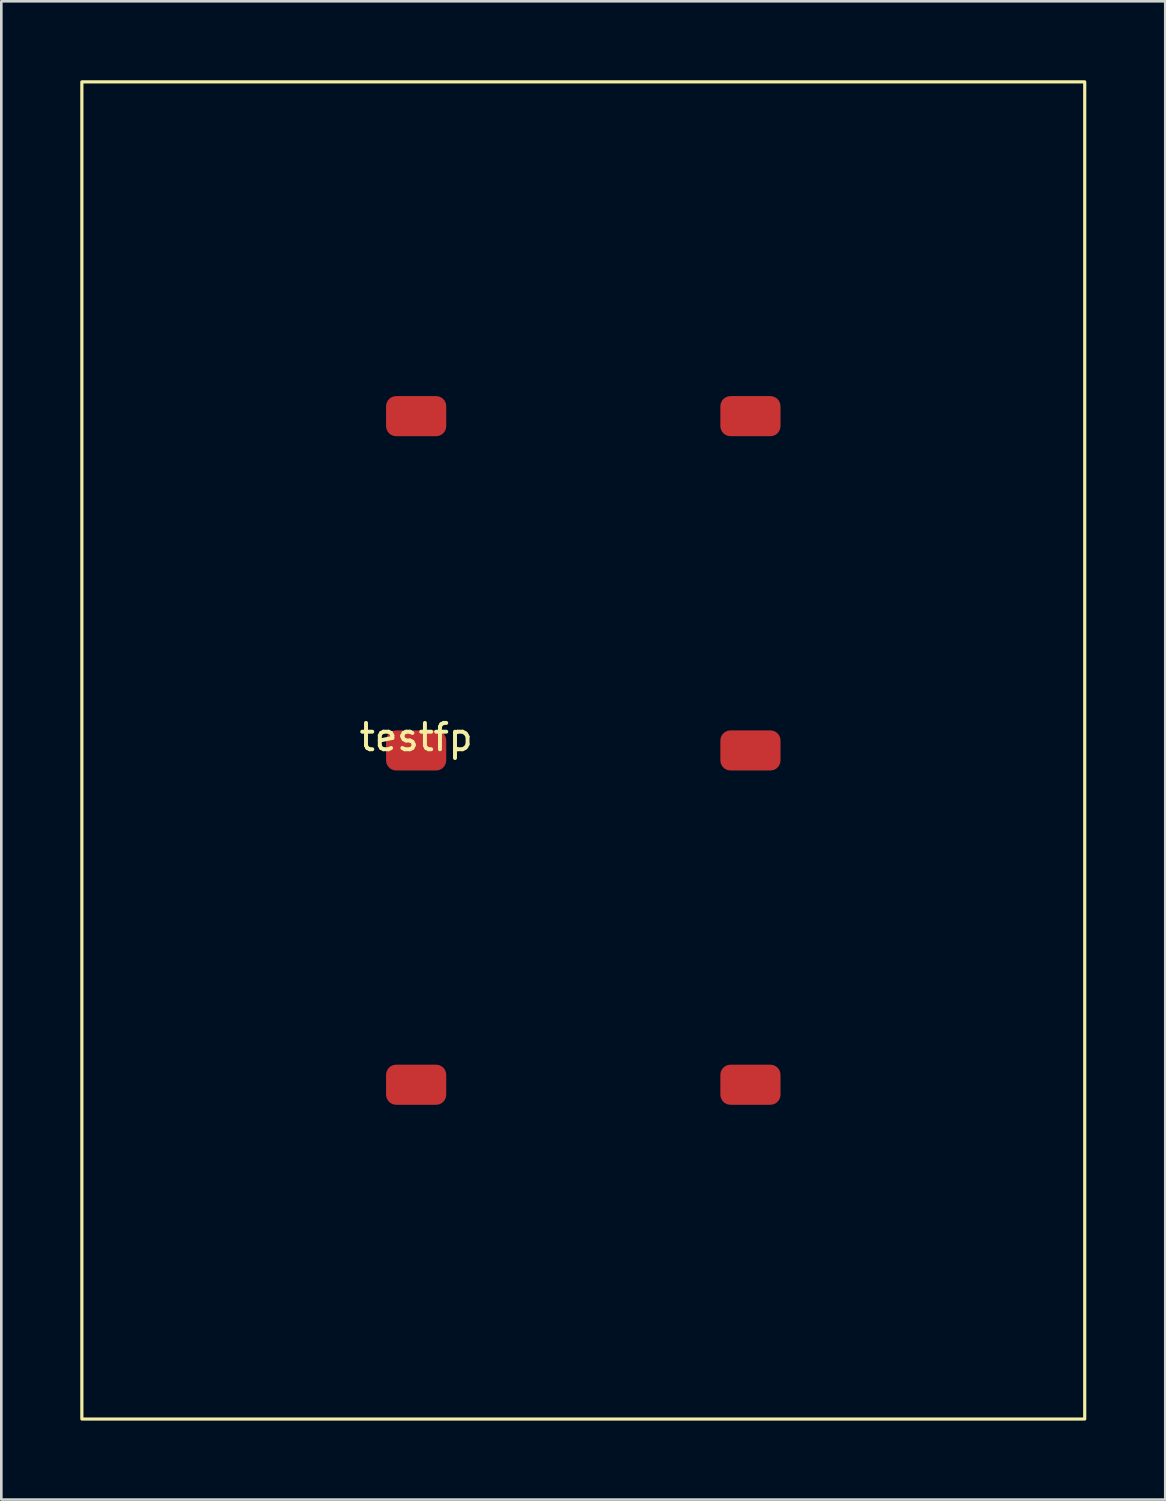
<source format=kicad_pcb>
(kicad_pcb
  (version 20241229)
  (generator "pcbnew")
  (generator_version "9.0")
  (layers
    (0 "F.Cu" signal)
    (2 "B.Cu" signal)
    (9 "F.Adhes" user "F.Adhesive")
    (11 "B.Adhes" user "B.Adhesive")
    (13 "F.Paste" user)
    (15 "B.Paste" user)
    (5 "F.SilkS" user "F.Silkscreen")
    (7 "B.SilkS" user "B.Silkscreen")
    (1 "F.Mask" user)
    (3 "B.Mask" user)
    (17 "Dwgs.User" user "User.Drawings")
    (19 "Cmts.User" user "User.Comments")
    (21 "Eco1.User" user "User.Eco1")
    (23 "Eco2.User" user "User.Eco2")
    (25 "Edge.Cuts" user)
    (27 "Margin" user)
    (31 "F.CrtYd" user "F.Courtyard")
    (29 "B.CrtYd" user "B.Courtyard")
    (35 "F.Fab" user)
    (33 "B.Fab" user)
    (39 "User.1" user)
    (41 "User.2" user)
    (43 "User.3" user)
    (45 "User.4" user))
  (footprint "testfp"
    (layer "F.Cu")
    (at 12.76 25.46)
    (property "Reference" "testfp" (at 0 -0.5 0) (unlocked yes) (layer "F.SilkS") (effects (font (size 1 1) (thickness 0.15))))
    (attr smd)
    (fp_rect (start -12.7 -25.4) (end 25.4 25.4) (stroke (width 0.12) (type solid)) (fill no) (layer "F.SilkS"))
    (pad "1" smd roundrect (at 0 0) (size 2.286 1.524) (layers "F.Cu" "F.Mask" "F.Paste") (roundrect_rratio 0.25))
    (pad "2" smd roundrect (at 0 12.7) (size 2.286 1.524) (layers "F.Cu" "F.Mask" "F.Paste") (roundrect_rratio 0.25))
    (pad "3" smd roundrect (at 0 -12.7) (size 2.286 1.524) (layers "F.Cu" "F.Mask" "F.Paste") (roundrect_rratio 0.25))
    (pad "4" smd roundrect (at 12.7 -12.7) (size 2.286 1.524) (layers "F.Cu" "F.Mask" "F.Paste") (roundrect_rratio 0.25))
    (pad "5" smd roundrect (at 12.7 0) (size 2.286 1.524) (layers "F.Cu" "F.Mask" "F.Paste") (roundrect_rratio 0.25))
    (pad "6" smd roundrect (at 12.7 12.7) (size 2.286 1.524) (layers "F.Cu" "F.Mask" "F.Paste") (roundrect_rratio 0.25)))
  (gr_rect
    (start -3 -3)
    (end 41.22 53.92)
    (stroke (width 0.1) (type default))
    (fill no)
    (layer "Edge.Cuts")))
</source>
